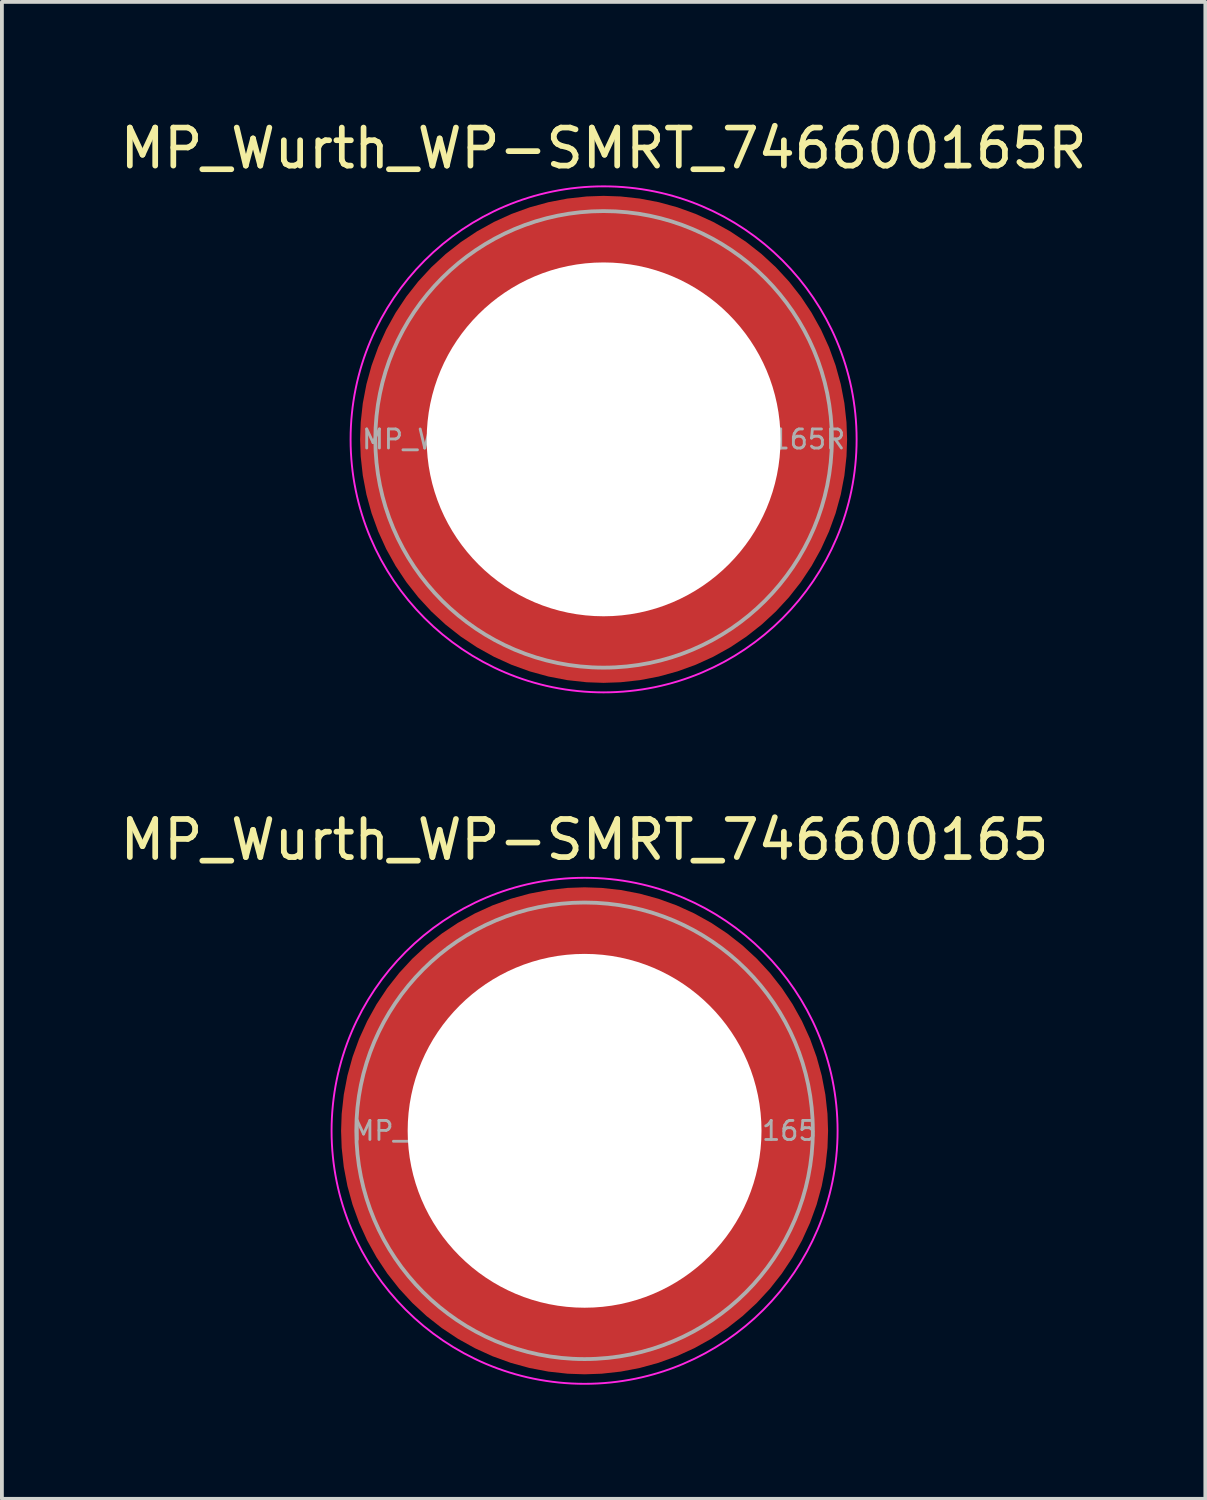
<source format=kicad_pcb>
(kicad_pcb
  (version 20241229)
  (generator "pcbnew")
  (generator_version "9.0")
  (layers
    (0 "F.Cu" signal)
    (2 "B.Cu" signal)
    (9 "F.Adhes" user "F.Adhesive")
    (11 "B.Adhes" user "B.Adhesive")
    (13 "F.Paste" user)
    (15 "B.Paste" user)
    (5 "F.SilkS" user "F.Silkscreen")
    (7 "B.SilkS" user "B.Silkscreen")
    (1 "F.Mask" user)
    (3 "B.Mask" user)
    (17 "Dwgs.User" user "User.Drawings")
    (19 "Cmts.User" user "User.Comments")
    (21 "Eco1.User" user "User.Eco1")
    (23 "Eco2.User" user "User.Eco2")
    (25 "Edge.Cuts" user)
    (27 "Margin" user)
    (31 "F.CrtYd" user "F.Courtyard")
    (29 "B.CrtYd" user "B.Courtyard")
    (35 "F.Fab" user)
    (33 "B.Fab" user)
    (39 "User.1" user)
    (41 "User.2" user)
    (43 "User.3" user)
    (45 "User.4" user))
  (footprint "MP_Wurth_WP-SMRT_746600165R"
    (layer "F.Cu")
    (at 12.815 8.498)
    (property "Reference" "MP_Wurth_WP-SMRT_746600165R" (at 0 -7.65 0) (unlocked yes) (layer "F.SilkS") (effects (font (size 1 1) (thickness 0.15))))
    (attr smd)
    (fp_poly (pts (xy 0.991 -6.226) (xy 0.992 -6.226) (xy 1.476 -6.13) (xy 1.476 -6.13) (xy 1.952 -5.995) (xy 1.952 -5.995) (xy 2.416 -5.824) (xy 2.416 -5.824) (xy 2.864 -5.617) (xy 2.865 -5.616) (xy 3.296 -5.375) (xy 3.296 -5.375) (xy 3.707 -5.1) (xy 3.707 -5.1) (xy 4.095 -4.794) (xy 4.095 -4.794) (xy 4.458 -4.458) (xy 4.458 -4.458) (xy 4.794 -4.095) (xy 4.794 -4.095) (xy 5.1 -3.707) (xy 5.1 -3.707) (xy 5.375 -3.296) (xy 5.375 -3.296) (xy 5.616 -2.865) (xy 5.617 -2.864) (xy 5.824 -2.416) (xy 5.824 -2.416) (xy 5.995 -1.952) (xy 5.995 -1.952) (xy 6.13 -1.476) (xy 6.13 -1.476) (xy 6.286 -0.495) (xy 4.721 -0.495) (xy 4.655 -0.925) (xy 4.553 -1.342) (xy 4.412 -1.749) (xy 4.236 -2.141) (xy 4.025 -2.516) (xy 3.78 -2.87) (xy 3.505 -3.201) (xy 3.201 -3.505) (xy 2.87 -3.78) (xy 2.516 -4.025) (xy 2.141 -4.236) (xy 1.749 -4.412) (xy 1.342 -4.553) (xy 0.925 -4.655) (xy 0.495 -4.721) (xy 0.495 -6.286)) (stroke (width 0) (type default)) (fill yes) (layer "F.Paste"))
    (fp_poly (pts (xy 6.226 0.991) (xy 6.226 0.992) (xy 6.13 1.476) (xy 6.13 1.476) (xy 5.995 1.952) (xy 5.995 1.952) (xy 5.824 2.416) (xy 5.824 2.416) (xy 5.617 2.864) (xy 5.616 2.865) (xy 5.375 3.296) (xy 5.375 3.296) (xy 5.1 3.707) (xy 5.1 3.707) (xy 4.794 4.095) (xy 4.794 4.095) (xy 4.458 4.458) (xy 4.458 4.458) (xy 4.095 4.794) (xy 4.095 4.794) (xy 3.707 5.1) (xy 3.707 5.1) (xy 3.296 5.375) (xy 3.296 5.375) (xy 2.865 5.616) (xy 2.864 5.617) (xy 2.416 5.824) (xy 2.416 5.824) (xy 1.952 5.995) (xy 1.952 5.995) (xy 1.476 6.13) (xy 1.476 6.13) (xy 0.495 6.286) (xy 0.495 4.721) (xy 0.925 4.655) (xy 1.342 4.553) (xy 1.749 4.412) (xy 2.141 4.236) (xy 2.516 4.025) (xy 2.87 3.78) (xy 3.201 3.505) (xy 3.505 3.201) (xy 3.78 2.87) (xy 4.025 2.516) (xy 4.236 2.141) (xy 4.412 1.749) (xy 4.553 1.342) (xy 4.655 0.925) (xy 4.721 0.495) (xy 6.286 0.495)) (stroke (width 0) (type default)) (fill yes) (layer "F.Paste"))
    (fp_poly (pts (xy -4.655 0.925) (xy -4.553 1.342) (xy -4.412 1.749) (xy -4.236 2.141) (xy -4.025 2.516) (xy -3.78 2.87) (xy -3.505 3.201) (xy -3.201 3.505) (xy -2.87 3.78) (xy -2.516 4.025) (xy -2.141 4.236) (xy -1.749 4.412) (xy -1.343 4.553) (xy -0.495 4.721) (xy -0.495 6.286) (xy -0.991 6.226) (xy -0.992 6.226) (xy -1.476 6.13) (xy -1.476 6.13) (xy -1.952 5.995) (xy -1.952 5.995) (xy -2.416 5.824) (xy -2.416 5.824) (xy -2.864 5.617) (xy -2.865 5.616) (xy -3.296 5.375) (xy -3.296 5.375) (xy -3.707 5.1) (xy -3.707 5.1) (xy -4.095 4.794) (xy -4.095 4.794) (xy -4.458 4.458) (xy -4.458 4.458) (xy -4.794 4.095) (xy -4.794 4.095) (xy -5.1 3.707) (xy -5.1 3.707) (xy -5.375 3.296) (xy -5.375 3.296) (xy -5.616 2.865) (xy -5.617 2.864) (xy -5.824 2.416) (xy -5.824 2.416) (xy -5.995 1.952) (xy -5.995 1.952) (xy -6.13 1.476) (xy -6.13 1.476) (xy -6.226 0.992) (xy -6.226 0.991) (xy -6.286 0.495) (xy -4.721 0.495)) (stroke (width 0) (type default)) (fill yes) (layer "F.Paste"))
    (fp_poly (pts (xy -0.495 -4.721) (xy -0.925 -4.655) (xy -1.342 -4.553) (xy -1.749 -4.412) (xy -2.141 -4.236) (xy -2.516 -4.025) (xy -2.87 -3.78) (xy -3.201 -3.505) (xy -3.505 -3.201) (xy -3.78 -2.87) (xy -4.025 -2.516) (xy -4.236 -2.141) (xy -4.412 -1.749) (xy -4.553 -1.343) (xy -4.721 -0.495) (xy -6.286 -0.495) (xy -6.226 -0.991) (xy -6.226 -0.992) (xy -6.13 -1.476) (xy -6.13 -1.476) (xy -5.995 -1.952) (xy -5.995 -1.952) (xy -5.824 -2.416) (xy -5.824 -2.416) (xy -5.617 -2.864) (xy -5.616 -2.865) (xy -5.375 -3.296) (xy -5.375 -3.296) (xy -5.1 -3.707) (xy -5.1 -3.707) (xy -4.794 -4.095) (xy -4.794 -4.095) (xy -4.458 -4.458) (xy -4.458 -4.458) (xy -4.095 -4.794) (xy -4.095 -4.794) (xy -3.707 -5.1) (xy -3.707 -5.1) (xy -3.296 -5.375) (xy -3.296 -5.375) (xy -2.865 -5.616) (xy -2.864 -5.617) (xy -2.416 -5.824) (xy -2.416 -5.824) (xy -1.952 -5.995) (xy -1.952 -5.995) (xy -1.476 -6.13) (xy -1.476 -6.13) (xy -0.992 -6.226) (xy -0.991 -6.226) (xy -0.495 -6.286)) (stroke (width 0) (type default)) (fill yes) (layer "F.Paste"))
    (fp_circle (center 0 0) (end 6.65 0) (stroke (width 0.05) (type solid)) (fill no) (layer "F.CrtYd"))
    (fp_circle (center 0 0) (end 6 0) (stroke (width 0.1) (type solid)) (fill no) (layer "F.Fab"))
    (fp_text user "${REFERENCE}" (at 0 0 0) (unlocked yes) (layer "F.Fab") (effects (font (size 0.5 0.5) (thickness 0.075))))
    (pad "" np_thru_hole circle (at 0 0) (size 9.3 9.3) (drill 9.3) (layers "*.Cu" "*.Mask"))
    (pad "1" smd roundrect (at 0 0) (size 12.8 12.8) (layers "F.Cu" "F.Mask") (roundrect_rratio 0.5)))
  (footprint "MP_Wurth_WP-SMRT_746600165"
    (layer "F.Cu")
    (at 12.315 26.672)
    (property "Reference" "MP_Wurth_WP-SMRT_746600165" (at 0 -7.65 0) (unlocked yes) (layer "F.SilkS") (effects (font (size 1 1) (thickness 0.15))))
    (attr smd)
    (fp_poly (pts (xy 0.991 -6.226) (xy 0.992 -6.226) (xy 1.476 -6.13) (xy 1.476 -6.13) (xy 1.952 -5.995) (xy 1.952 -5.995) (xy 2.416 -5.824) (xy 2.416 -5.824) (xy 2.864 -5.617) (xy 2.865 -5.616) (xy 3.296 -5.375) (xy 3.296 -5.375) (xy 3.707 -5.1) (xy 3.707 -5.1) (xy 4.095 -4.794) (xy 4.095 -4.794) (xy 4.458 -4.458) (xy 4.458 -4.458) (xy 4.794 -4.095) (xy 4.794 -4.095) (xy 5.1 -3.707) (xy 5.1 -3.707) (xy 5.375 -3.296) (xy 5.375 -3.296) (xy 5.616 -2.865) (xy 5.617 -2.864) (xy 5.824 -2.416) (xy 5.824 -2.416) (xy 5.995 -1.952) (xy 5.995 -1.952) (xy 6.13 -1.476) (xy 6.13 -1.476) (xy 6.286 -0.495) (xy 4.721 -0.495) (xy 4.655 -0.925) (xy 4.553 -1.342) (xy 4.412 -1.749) (xy 4.236 -2.141) (xy 4.025 -2.516) (xy 3.78 -2.87) (xy 3.505 -3.201) (xy 3.201 -3.505) (xy 2.87 -3.78) (xy 2.516 -4.025) (xy 2.141 -4.236) (xy 1.749 -4.412) (xy 1.342 -4.553) (xy 0.925 -4.655) (xy 0.495 -4.721) (xy 0.495 -6.286)) (stroke (width 0) (type default)) (fill yes) (layer "F.Paste"))
    (fp_poly (pts (xy 6.226 0.991) (xy 6.226 0.992) (xy 6.13 1.476) (xy 6.13 1.476) (xy 5.995 1.952) (xy 5.995 1.952) (xy 5.824 2.416) (xy 5.824 2.416) (xy 5.617 2.864) (xy 5.616 2.865) (xy 5.375 3.296) (xy 5.375 3.296) (xy 5.1 3.707) (xy 5.1 3.707) (xy 4.794 4.095) (xy 4.794 4.095) (xy 4.458 4.458) (xy 4.458 4.458) (xy 4.095 4.794) (xy 4.095 4.794) (xy 3.707 5.1) (xy 3.707 5.1) (xy 3.296 5.375) (xy 3.296 5.375) (xy 2.865 5.616) (xy 2.864 5.617) (xy 2.416 5.824) (xy 2.416 5.824) (xy 1.952 5.995) (xy 1.952 5.995) (xy 1.476 6.13) (xy 1.476 6.13) (xy 0.495 6.286) (xy 0.495 4.721) (xy 0.925 4.655) (xy 1.342 4.553) (xy 1.749 4.412) (xy 2.141 4.236) (xy 2.516 4.025) (xy 2.87 3.78) (xy 3.201 3.505) (xy 3.505 3.201) (xy 3.78 2.87) (xy 4.025 2.516) (xy 4.236 2.141) (xy 4.412 1.749) (xy 4.553 1.342) (xy 4.655 0.925) (xy 4.721 0.495) (xy 6.286 0.495)) (stroke (width 0) (type default)) (fill yes) (layer "F.Paste"))
    (fp_poly (pts (xy -4.655 0.925) (xy -4.553 1.342) (xy -4.412 1.749) (xy -4.236 2.141) (xy -4.025 2.516) (xy -3.78 2.87) (xy -3.505 3.201) (xy -3.201 3.505) (xy -2.87 3.78) (xy -2.516 4.025) (xy -2.141 4.236) (xy -1.749 4.412) (xy -1.343 4.553) (xy -0.495 4.721) (xy -0.495 6.286) (xy -0.991 6.226) (xy -0.992 6.226) (xy -1.476 6.13) (xy -1.476 6.13) (xy -1.952 5.995) (xy -1.952 5.995) (xy -2.416 5.824) (xy -2.416 5.824) (xy -2.864 5.617) (xy -2.865 5.616) (xy -3.296 5.375) (xy -3.296 5.375) (xy -3.707 5.1) (xy -3.707 5.1) (xy -4.095 4.794) (xy -4.095 4.794) (xy -4.458 4.458) (xy -4.458 4.458) (xy -4.794 4.095) (xy -4.794 4.095) (xy -5.1 3.707) (xy -5.1 3.707) (xy -5.375 3.296) (xy -5.375 3.296) (xy -5.616 2.865) (xy -5.617 2.864) (xy -5.824 2.416) (xy -5.824 2.416) (xy -5.995 1.952) (xy -5.995 1.952) (xy -6.13 1.476) (xy -6.13 1.476) (xy -6.226 0.992) (xy -6.226 0.991) (xy -6.286 0.495) (xy -4.721 0.495)) (stroke (width 0) (type default)) (fill yes) (layer "F.Paste"))
    (fp_poly (pts (xy -0.495 -4.721) (xy -0.925 -4.655) (xy -1.342 -4.553) (xy -1.749 -4.412) (xy -2.141 -4.236) (xy -2.516 -4.025) (xy -2.87 -3.78) (xy -3.201 -3.505) (xy -3.505 -3.201) (xy -3.78 -2.87) (xy -4.025 -2.516) (xy -4.236 -2.141) (xy -4.412 -1.749) (xy -4.553 -1.343) (xy -4.721 -0.495) (xy -6.286 -0.495) (xy -6.226 -0.991) (xy -6.226 -0.992) (xy -6.13 -1.476) (xy -6.13 -1.476) (xy -5.995 -1.952) (xy -5.995 -1.952) (xy -5.824 -2.416) (xy -5.824 -2.416) (xy -5.617 -2.864) (xy -5.616 -2.865) (xy -5.375 -3.296) (xy -5.375 -3.296) (xy -5.1 -3.707) (xy -5.1 -3.707) (xy -4.794 -4.095) (xy -4.794 -4.095) (xy -4.458 -4.458) (xy -4.458 -4.458) (xy -4.095 -4.794) (xy -4.095 -4.794) (xy -3.707 -5.1) (xy -3.707 -5.1) (xy -3.296 -5.375) (xy -3.296 -5.375) (xy -2.865 -5.616) (xy -2.864 -5.617) (xy -2.416 -5.824) (xy -2.416 -5.824) (xy -1.952 -5.995) (xy -1.952 -5.995) (xy -1.476 -6.13) (xy -1.476 -6.13) (xy -0.992 -6.226) (xy -0.991 -6.226) (xy -0.495 -6.286)) (stroke (width 0) (type default)) (fill yes) (layer "F.Paste"))
    (fp_circle (center 0 0) (end 6.65 0) (stroke (width 0.05) (type solid)) (fill no) (layer "F.CrtYd"))
    (fp_circle (center 0 0) (end 6 0) (stroke (width 0.1) (type solid)) (fill no) (layer "F.Fab"))
    (fp_text user "${REFERENCE}" (at 0 0 0) (unlocked yes) (layer "F.Fab") (effects (font (size 0.5 0.5) (thickness 0.075))))
    (pad "" np_thru_hole circle (at 0 0) (size 9.3 9.3) (drill 9.3) (layers "*.Cu" "*.Mask"))
    (pad "1" smd roundrect (at 0 0) (size 12.8 12.8) (layers "F.Cu" "F.Mask") (roundrect_rratio 0.5)))
  (gr_rect
    (start -3 -3)
    (end 28.631 36.346)
    (stroke (width 0.1) (type default))
    (fill no)
    (layer "Edge.Cuts")))
</source>
